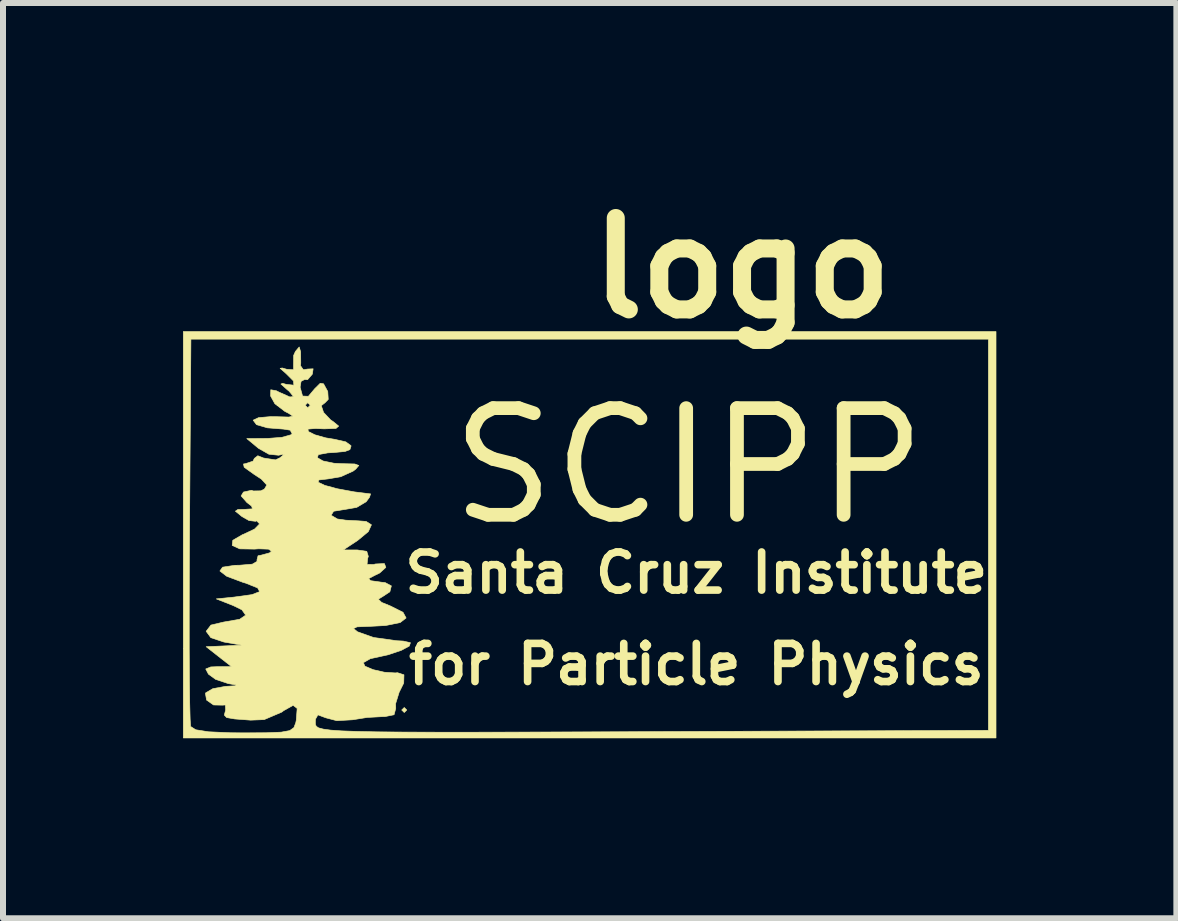
<source format=kicad_pcb>
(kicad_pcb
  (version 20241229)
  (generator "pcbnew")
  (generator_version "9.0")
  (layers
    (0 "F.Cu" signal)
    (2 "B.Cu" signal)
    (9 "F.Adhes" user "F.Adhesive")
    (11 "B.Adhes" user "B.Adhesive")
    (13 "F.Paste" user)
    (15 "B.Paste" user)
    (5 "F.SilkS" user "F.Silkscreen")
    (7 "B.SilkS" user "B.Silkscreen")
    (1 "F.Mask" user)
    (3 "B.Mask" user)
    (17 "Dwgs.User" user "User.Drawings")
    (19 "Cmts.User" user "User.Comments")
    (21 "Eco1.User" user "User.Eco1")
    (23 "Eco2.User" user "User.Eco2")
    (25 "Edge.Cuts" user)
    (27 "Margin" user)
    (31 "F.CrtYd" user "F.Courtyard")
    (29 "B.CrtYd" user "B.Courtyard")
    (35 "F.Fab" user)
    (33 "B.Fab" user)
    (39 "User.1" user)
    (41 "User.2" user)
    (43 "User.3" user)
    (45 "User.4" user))
  (footprint "logo"
    (layer "F.Cu")
    (at 6.778 5.863)
    (property "Reference" "logo" (at 2.54 -4.445 0) (layer "F.SilkS") (effects (font (size 1.524 1.524) (thickness 0.3))))
    (attr through_hole)
    (fp_poly (pts (xy -3.048 2.921) (xy -3.09 2.963) (xy -3.133 2.921) (xy -3.09 2.879) (xy -3.048 2.921)) (stroke (width 0.01) (type solid)) (fill yes) (layer "F.SilkS"))
    (fp_poly (pts (xy 6.773 3.387) (xy -6.773 3.387) (xy -6.773 1.303) (xy -6.674 1.303) (xy -6.674 1.9) (xy -6.671 2.407) (xy -6.666 2.804) (xy -6.659 3.073) (xy -6.651 3.193) (xy -6.65 3.196) (xy -6.566 3.25) (xy -6.352 3.284) (xy -5.993 3.3) (xy -5.77 3.302) (xy -5.387 3.3) (xy -5.141 3.29) (xy -4.999 3.264) (xy -4.929 3.214) (xy -4.898 3.132) (xy -4.89 3.092) (xy -4.875 2.895) (xy -4.942 2.843) (xy -5.101 2.932) (xy -5.132 2.956) (xy -5.425 3.081) (xy -5.65 3.09) (xy -5.916 3.07) (xy -6.05 3.047) (xy -6.089 3.006) (xy -6.071 2.934) (xy -6.067 2.925) (xy -6.072 2.837) (xy -6.121 2.84) (xy -6.269 2.837) (xy -6.385 2.755) (xy -6.404 2.644) (xy -6.398 2.634) (xy -6.28 2.565) (xy -6.076 2.528) (xy -6.07 2.527) (xy -5.901 2.517) (xy -5.893 2.503) (xy -6.026 2.48) (xy -6.235 2.41) (xy -6.354 2.323) (xy -6.399 2.237) (xy -6.315 2.203) (xy -6.212 2.199) (xy -5.969 2.198) (xy -6.181 2.032) (xy -6.392 1.866) (xy -5.8 1.84) (xy -6.096 1.788) (xy -6.313 1.716) (xy -6.392 1.609) (xy -6.392 1.609) (xy -6.312 1.505) (xy -6.096 1.454) (xy -5.834 1.409) (xy -5.733 1.34) (xy -5.796 1.251) (xy -5.941 1.18) (xy -6.223 1.069) (xy -5.927 1.039) (xy -5.63 0.998) (xy -5.5 0.948) (xy -5.534 0.886) (xy -5.731 0.807) (xy -5.779 0.793) (xy -6.049 0.692) (xy -6.163 0.604) (xy -6.118 0.54) (xy -5.913 0.509) (xy -5.837 0.508) (xy -5.622 0.49) (xy -5.541 0.442) (xy -5.546 0.423) (xy -5.527 0.35) (xy -5.471 0.339) (xy -5.333 0.301) (xy -5.304 0.274) (xy -5.351 0.24) (xy -5.518 0.234) (xy -5.585 0.239) (xy -5.832 0.235) (xy -5.958 0.178) (xy -5.948 0.092) (xy -5.786 -0.002) (xy -5.764 -0.01) (xy -5.585 -0.095) (xy -5.504 -0.178) (xy -5.503 -0.183) (xy -5.55 -0.232) (xy -5.568 -0.224) (xy -5.678 -0.237) (xy -5.796 -0.304) (xy -5.905 -0.393) (xy -5.863 -0.421) (xy -5.757 -0.423) (xy -5.619 -0.432) (xy -5.636 -0.479) (xy -5.712 -0.537) (xy -5.809 -0.647) (xy -5.77 -0.712) (xy -5.637 -0.741) (xy -5.605 -0.73) (xy -5.483 -0.732) (xy -5.422 -0.76) (xy -5.381 -0.829) (xy -5.471 -0.927) (xy -5.595 -1.008) (xy -5.758 -1.125) (xy -5.77 -1.18) (xy -5.736 -1.185) (xy -5.611 -1.227) (xy -5.588 -1.273) (xy -5.531 -1.317) (xy -5.435 -1.279) (xy -5.235 -1.248) (xy -5.16 -1.284) (xy -5.089 -1.344) (xy -5.168 -1.329) (xy -5.182 -1.325) (xy -5.346 -1.342) (xy -5.52 -1.441) (xy -5.715 -1.603) (xy -5.36 -1.606) (xy -5.129 -1.624) (xy -4.979 -1.666) (xy -4.959 -1.684) (xy -4.991 -1.743) (xy -5.102 -1.761) (xy -5.371 -1.782) (xy -5.553 -1.835) (xy -5.608 -1.909) (xy -5.608 -1.91) (xy -5.518 -1.952) (xy -5.319 -1.969) (xy -5.227 -1.968) (xy -5.012 -1.962) (xy -4.948 -1.977) (xy -5.017 -2.024) (xy -5.08 -2.056) (xy -5.214 -2.159) (xy -4.741 -2.159) (xy -4.699 -2.117) (xy -4.657 -2.159) (xy -4.699 -2.201) (xy -4.741 -2.159) (xy -5.214 -2.159) (xy -5.247 -2.184) (xy -5.318 -2.313) (xy -5.315 -2.417) (xy -5.222 -2.4) (xy -5.175 -2.376) (xy -4.997 -2.297) (xy -4.936 -2.303) (xy -5.009 -2.392) (xy -5.043 -2.42) (xy -5.146 -2.512) (xy -5.117 -2.524) (xy -5.059 -2.507) (xy -4.93 -2.493) (xy -4.937 -2.564) (xy -5.059 -2.686) (xy -5.159 -2.774) (xy -5.123 -2.78) (xy -5.049 -2.758) (xy -4.935 -2.75) (xy -4.936 -2.822) (xy -4.934 -2.989) (xy -4.904 -3.056) (xy -4.841 -3.13) (xy -4.817 -3.049) (xy -4.817 -3.048) (xy -4.815 -2.862) (xy -4.819 -2.817) (xy -4.772 -2.75) (xy -4.701 -2.762) (xy -4.609 -2.766) (xy -4.622 -2.677) (xy -4.702 -2.584) (xy -4.75 -2.588) (xy -4.81 -2.557) (xy -4.826 -2.46) (xy -4.785 -2.312) (xy -4.688 -2.308) (xy -4.583 -2.433) (xy -4.49 -2.525) (xy -4.435 -2.516) (xy -4.365 -2.388) (xy -4.357 -2.256) (xy -4.41 -2.201) (xy -4.473 -2.152) (xy -4.435 -2.039) (xy -4.318 -1.915) (xy -4.276 -1.887) (xy -4.183 -1.811) (xy -4.228 -1.772) (xy -4.424 -1.765) (xy -4.572 -1.771) (xy -4.696 -1.761) (xy -4.688 -1.72) (xy -4.579 -1.666) (xy -4.398 -1.615) (xy -4.251 -1.591) (xy -4.064 -1.548) (xy -3.978 -1.485) (xy -3.977 -1.478) (xy -3.996 -1.419) (xy -4.078 -1.388) (xy -4.269 -1.37) (xy -4.365 -1.365) (xy -4.522 -1.336) (xy -4.539 -1.285) (xy -4.444 -1.23) (xy -4.261 -1.192) (xy -4.127 -1.185) (xy -3.915 -1.18) (xy -3.847 -1.155) (xy -3.901 -1.092) (xy -3.942 -1.061) (xy -4.149 -0.967) (xy -4.36 -0.931) (xy -4.514 -0.913) (xy -4.524 -0.875) (xy -4.414 -0.823) (xy -4.206 -0.767) (xy -3.924 -0.715) (xy -3.651 -0.681) (xy -3.67 -0.624) (xy -3.725 -0.55) (xy -3.883 -0.456) (xy -4.074 -0.423) (xy -4.267 -0.392) (xy -4.309 -0.325) (xy -4.205 -0.263) (xy -4.064 -0.243) (xy -3.854 -0.232) (xy -3.725 -0.222) (xy -3.637 -0.166) (xy -3.689 -0.052) (xy -3.867 0.095) (xy -4.106 0.253) (xy -3.876 0.253) (xy -3.715 0.276) (xy -3.689 0.36) (xy -3.7 0.395) (xy -3.71 0.494) (xy -3.601 0.495) (xy -3.57 0.487) (xy -3.421 0.48) (xy -3.397 0.544) (xy -3.499 0.637) (xy -3.577 0.675) (xy -3.683 0.73) (xy -3.652 0.765) (xy -3.469 0.791) (xy -3.409 0.797) (xy -3.305 0.852) (xy -3.33 0.951) (xy -3.444 1.026) (xy -3.522 1.074) (xy -3.468 1.127) (xy -3.323 1.186) (xy -3.111 1.292) (xy -3.059 1.387) (xy -3.159 1.464) (xy -3.401 1.513) (xy -3.669 1.527) (xy -3.877 1.535) (xy -3.936 1.563) (xy -3.87 1.617) (xy -3.603 1.712) (xy -3.219 1.766) (xy -3.107 1.772) (xy -2.987 1.799) (xy -3.006 1.855) (xy -3.138 1.926) (xy -3.357 2) (xy -3.639 2.062) (xy -3.655 2.065) (xy -3.762 2.126) (xy -3.771 2.134) (xy -3.746 2.19) (xy -3.61 2.248) (xy -3.422 2.291) (xy -3.239 2.303) (xy -3.203 2.299) (xy -3.095 2.334) (xy -3.099 2.472) (xy -3.175 2.625) (xy -3.234 2.815) (xy -3.232 2.894) (xy -3.26 3) (xy -3.413 3.031) (xy -3.446 3.031) (xy -3.708 3.045) (xy -3.953 3.084) (xy -4.215 3.099) (xy -4.398 3.051) (xy -4.529 3.002) (xy -4.57 3.074) (xy -4.572 3.13) (xy -4.57 3.165) (xy -4.555 3.194) (xy -4.517 3.219) (xy -4.441 3.239) (xy -4.318 3.256) (xy -4.134 3.269) (xy -3.878 3.278) (xy -3.537 3.285) (xy -3.1 3.289) (xy -2.554 3.291) (xy -1.888 3.291) (xy -1.09 3.289) (xy -0.147 3.286) (xy 0.953 3.282) (xy 1.037 3.281) (xy 6.646 3.26) (xy 6.646 -3.26) (xy -6.646 -3.26) (xy -6.669 -0.085) (xy -6.673 0.635) (xy -6.674 1.303) (xy -6.773 1.303) (xy -6.773 -3.387) (xy 6.773 -3.387) (xy 6.773 3.387)) (stroke (width 0.01) (type solid)) (fill yes) (layer "F.SilkS"))
    (fp_text user "for Particle Physics" (at 1.778 2.159 0) (layer "F.SilkS") (effects (font (size 0.635 0.635) (thickness 0.127))))
    (fp_text user "SCIPP" (at 1.651 -1.143 0) (layer "F.SilkS") (effects (font (size 1.778 1.778) (thickness 0.229))))
    (fp_text user "Santa Cruz Institute" (at 1.778 0.635 0) (layer "F.SilkS") (effects (font (size 0.635 0.635) (thickness 0.127)))))
  (gr_rect
    (start -3 -3)
    (end 16.557 12.255)
    (stroke (width 0.1) (type default))
    (fill no)
    (layer "Edge.Cuts")))
</source>
